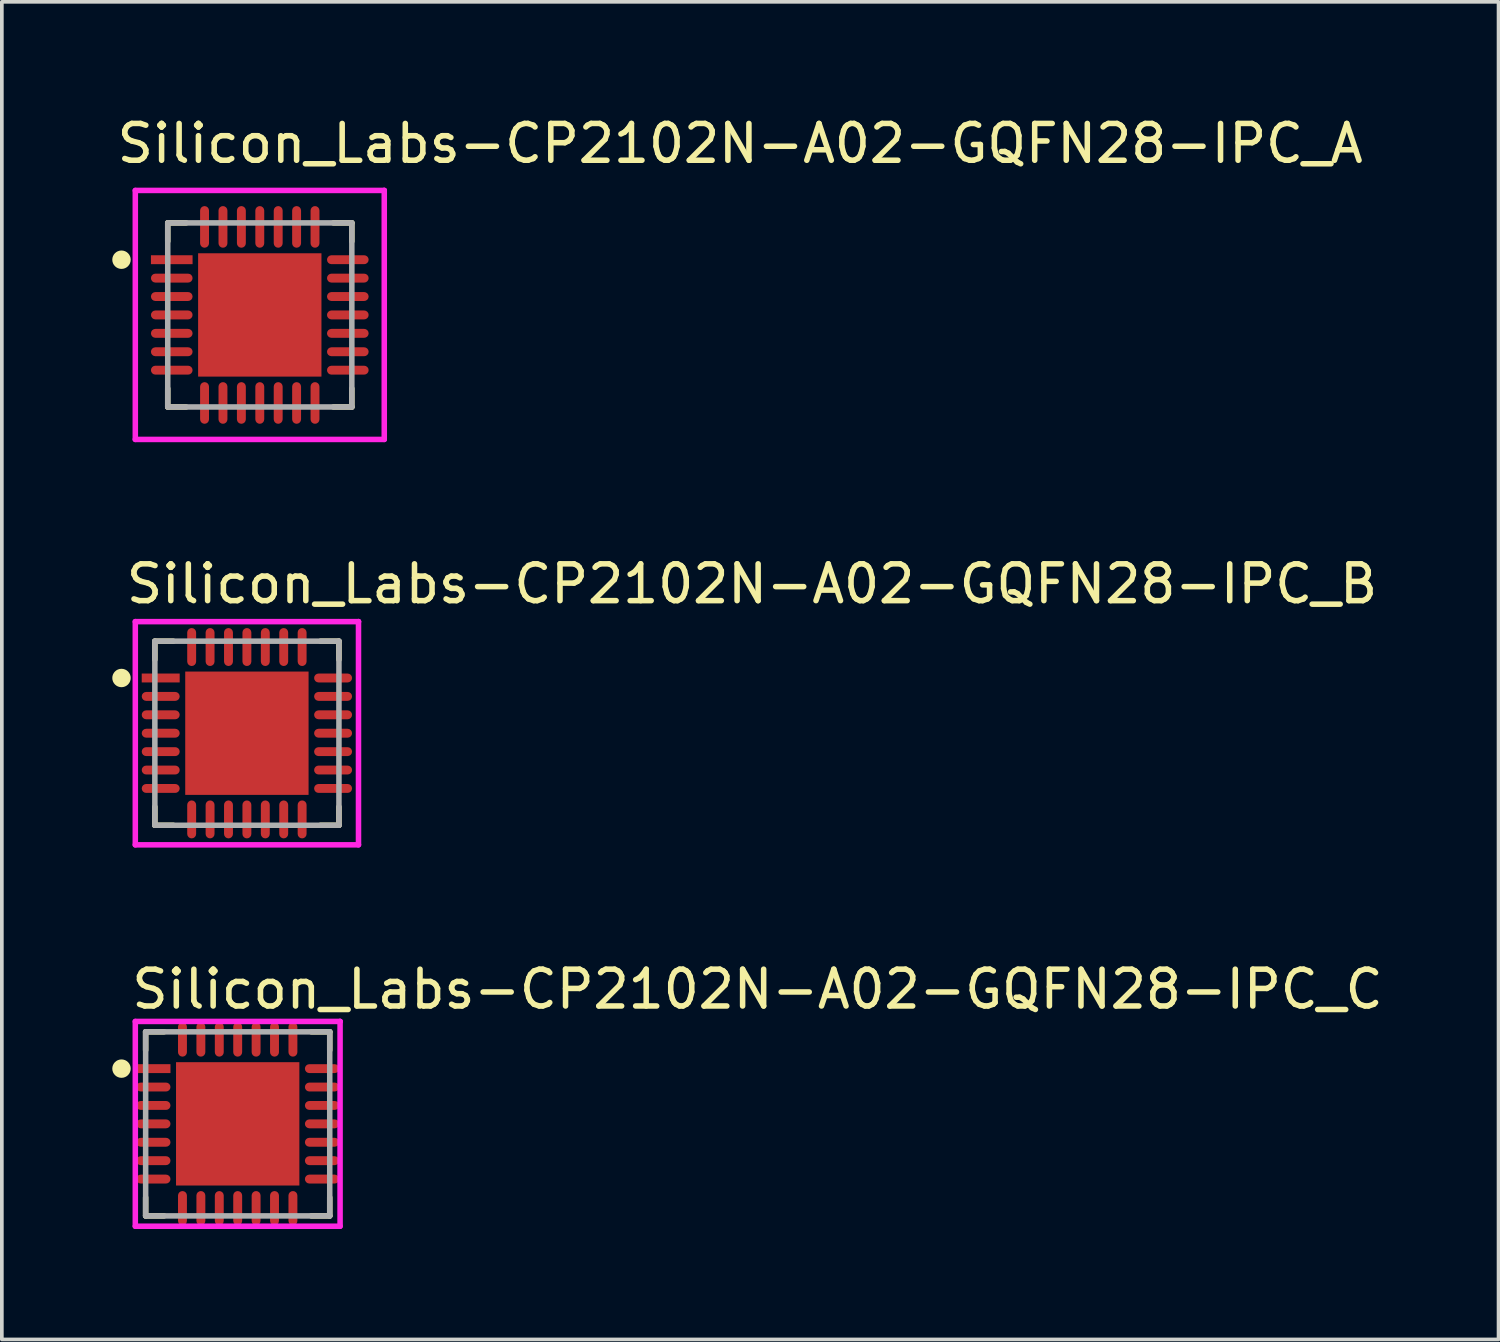
<source format=kicad_pcb>
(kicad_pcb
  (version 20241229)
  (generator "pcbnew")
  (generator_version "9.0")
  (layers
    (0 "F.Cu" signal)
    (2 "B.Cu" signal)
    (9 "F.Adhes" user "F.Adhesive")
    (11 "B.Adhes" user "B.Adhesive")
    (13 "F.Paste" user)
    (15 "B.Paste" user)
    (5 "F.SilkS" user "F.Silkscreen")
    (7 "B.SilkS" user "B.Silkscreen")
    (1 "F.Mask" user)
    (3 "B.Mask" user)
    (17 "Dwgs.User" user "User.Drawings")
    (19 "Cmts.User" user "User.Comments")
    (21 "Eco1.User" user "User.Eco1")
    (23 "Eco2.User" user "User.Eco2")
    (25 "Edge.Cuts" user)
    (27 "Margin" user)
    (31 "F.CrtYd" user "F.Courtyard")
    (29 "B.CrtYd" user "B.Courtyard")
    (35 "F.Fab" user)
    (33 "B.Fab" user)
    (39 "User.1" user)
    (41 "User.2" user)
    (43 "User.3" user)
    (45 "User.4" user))
  (footprint "Silicon_Labs-CP2102N-A02-GQFN28-IPC_A"
    (layer "F.Cu")
    (at 4.006 5.504)
    (property "Reference" "Silicon_Labs-CP2102N-A02-GQFN28-IPC_A" (at -3.956 -4.656 0) (layer "F.SilkS") (effects (font (size 1 1) (thickness 0.15)) (justify left)))
    (attr through_hole)
    (fp_line (start -2.5 -2.5) (end -2.5 -2) (stroke (width 0.15) (type solid)) (layer "F.SilkS"))
    (fp_line (start -2.5 2.5) (end -2.5 2) (stroke (width 0.15) (type solid)) (layer "F.SilkS"))
    (fp_line (start -2 -2.5) (end -2.5 -2.5) (stroke (width 0.15) (type solid)) (layer "F.SilkS"))
    (fp_line (start -2 2.5) (end -2.5 2.5) (stroke (width 0.15) (type solid)) (layer "F.SilkS"))
    (fp_line (start 2 -2.5) (end 2.5 -2.5) (stroke (width 0.15) (type solid)) (layer "F.SilkS"))
    (fp_line (start 2 2.5) (end 2.5 2.5) (stroke (width 0.15) (type solid)) (layer "F.SilkS"))
    (fp_line (start 2.5 -2.5) (end 2.5 -2) (stroke (width 0.15) (type solid)) (layer "F.SilkS"))
    (fp_line (start 2.5 2.5) (end 2.5 2) (stroke (width 0.15) (type solid)) (layer "F.SilkS"))
    (fp_circle (center -3.756 -1.5) (end -3.631 -1.5) (stroke (width 0.25) (type solid)) (fill no) (layer "F.SilkS"))
    (fp_poly (pts (xy -1.059 -1.059) (xy 1.059 -1.059) (xy 1.059 1.059) (xy -1.059 1.059)) (stroke (width 0) (type solid)) (fill yes) (layer "F.Paste"))
    (fp_line (start -3.381 -3.381) (end -3.381 3.381) (stroke (width 0.15) (type solid)) (layer "F.CrtYd"))
    (fp_line (start -3.381 3.381) (end 3.381 3.381) (stroke (width 0.15) (type solid)) (layer "F.CrtYd"))
    (fp_line (start 3.381 -3.381) (end -3.381 -3.381) (stroke (width 0.15) (type solid)) (layer "F.CrtYd"))
    (fp_line (start 3.381 -3.381) (end 3.381 -3.381) (stroke (width 0.15) (type solid)) (layer "F.CrtYd"))
    (fp_line (start 3.381 3.381) (end 3.381 -3.381) (stroke (width 0.15) (type solid)) (layer "F.CrtYd"))
    (fp_line (start -2.5 -2.5) (end 2.5 -2.5) (stroke (width 0.15) (type solid)) (layer "F.Fab"))
    (fp_line (start -2.5 2.5) (end -2.5 -2.5) (stroke (width 0.15) (type solid)) (layer "F.Fab"))
    (fp_line (start 2.5 -2.5) (end 2.5 2.5) (stroke (width 0.15) (type solid)) (layer "F.Fab"))
    (fp_line (start 2.5 2.5) (end -2.5 2.5) (stroke (width 0.15) (type solid)) (layer "F.Fab"))
    (pad "1" smd rect (at -2.391 -1.5) (size 1.131 0.242) (layers "F.Cu" "F.Mask" "F.Paste"))
    (pad "2" smd roundrect (at -2.391 -1) (size 1.131 0.242) (layers "F.Cu" "F.Mask" "F.Paste") (roundrect_rratio 0.5))
    (pad "3" smd roundrect (at -2.391 -0.5) (size 1.131 0.242) (layers "F.Cu" "F.Mask" "F.Paste") (roundrect_rratio 0.5))
    (pad "4" smd roundrect (at -2.391 0) (size 1.131 0.242) (layers "F.Cu" "F.Mask" "F.Paste") (roundrect_rratio 0.5))
    (pad "5" smd roundrect (at -2.391 0.5) (size 1.131 0.242) (layers "F.Cu" "F.Mask" "F.Paste") (roundrect_rratio 0.5))
    (pad "6" smd roundrect (at -2.391 1) (size 1.131 0.242) (layers "F.Cu" "F.Mask" "F.Paste") (roundrect_rratio 0.5))
    (pad "7" smd roundrect (at -2.391 1.5) (size 1.131 0.242) (layers "F.Cu" "F.Mask" "F.Paste") (roundrect_rratio 0.5))
    (pad "8" smd roundrect (at -1.5 2.391) (size 0.242 1.131) (layers "F.Cu" "F.Mask" "F.Paste") (roundrect_rratio 0.5))
    (pad "9" smd roundrect (at -1 2.391) (size 0.242 1.131) (layers "F.Cu" "F.Mask" "F.Paste") (roundrect_rratio 0.5))
    (pad "10" smd roundrect (at -0.5 2.391) (size 0.242 1.131) (layers "F.Cu" "F.Mask" "F.Paste") (roundrect_rratio 0.5))
    (pad "11" smd roundrect (at 0 2.391) (size 0.242 1.131) (layers "F.Cu" "F.Mask" "F.Paste") (roundrect_rratio 0.5))
    (pad "12" smd roundrect (at 0.5 2.391) (size 0.242 1.131) (layers "F.Cu" "F.Mask" "F.Paste") (roundrect_rratio 0.5))
    (pad "13" smd roundrect (at 1 2.391) (size 0.242 1.131) (layers "F.Cu" "F.Mask" "F.Paste") (roundrect_rratio 0.5))
    (pad "14" smd roundrect (at 1.5 2.391) (size 0.242 1.131) (layers "F.Cu" "F.Mask" "F.Paste") (roundrect_rratio 0.5))
    (pad "15" smd roundrect (at 2.391 1.5) (size 1.131 0.242) (layers "F.Cu" "F.Mask" "F.Paste") (roundrect_rratio 0.5))
    (pad "16" smd roundrect (at 2.391 1) (size 1.131 0.242) (layers "F.Cu" "F.Mask" "F.Paste") (roundrect_rratio 0.5))
    (pad "17" smd roundrect (at 2.391 0.5) (size 1.131 0.242) (layers "F.Cu" "F.Mask" "F.Paste") (roundrect_rratio 0.5))
    (pad "18" smd roundrect (at 2.391 0) (size 1.131 0.242) (layers "F.Cu" "F.Mask" "F.Paste") (roundrect_rratio 0.5))
    (pad "19" smd roundrect (at 2.391 -0.5) (size 1.131 0.242) (layers "F.Cu" "F.Mask" "F.Paste") (roundrect_rratio 0.5))
    (pad "20" smd roundrect (at 2.391 -1) (size 1.131 0.242) (layers "F.Cu" "F.Mask" "F.Paste") (roundrect_rratio 0.5))
    (pad "21" smd roundrect (at 2.391 -1.5) (size 1.131 0.242) (layers "F.Cu" "F.Mask" "F.Paste") (roundrect_rratio 0.5))
    (pad "22" smd roundrect (at 1.5 -2.391) (size 0.242 1.131) (layers "F.Cu" "F.Mask" "F.Paste") (roundrect_rratio 0.5))
    (pad "23" smd roundrect (at 1 -2.391) (size 0.242 1.131) (layers "F.Cu" "F.Mask" "F.Paste") (roundrect_rratio 0.5))
    (pad "24" smd roundrect (at 0.5 -2.391) (size 0.242 1.131) (layers "F.Cu" "F.Mask" "F.Paste") (roundrect_rratio 0.5))
    (pad "25" smd roundrect (at 0 -2.391) (size 0.242 1.131) (layers "F.Cu" "F.Mask" "F.Paste") (roundrect_rratio 0.5))
    (pad "26" smd roundrect (at -0.5 -2.391) (size 0.242 1.131) (layers "F.Cu" "F.Mask" "F.Paste") (roundrect_rratio 0.5))
    (pad "27" smd roundrect (at -1 -2.391) (size 0.242 1.131) (layers "F.Cu" "F.Mask" "F.Paste") (roundrect_rratio 0.5))
    (pad "28" smd roundrect (at -1.5 -2.391) (size 0.242 1.131) (layers "F.Cu" "F.Mask" "F.Paste") (roundrect_rratio 0.5))
    (pad "29" smd rect (at 0 0) (size 3.35 3.35) (layers "F.Cu" "F.Mask")))
  (footprint "Silicon_Labs-CP2102N-A02-GQFN28-IPC_C"
    (layer "F.Cu")
    (at 3.406 27.475)
    (property "Reference" "Silicon_Labs-CP2102N-A02-GQFN28-IPC_C" (at -2.956 -3.656 0) (layer "F.SilkS") (effects (font (size 1 1) (thickness 0.15)) (justify left)))
    (attr through_hole)
    (fp_line (start -2.5 -2.5) (end -2.5 -2) (stroke (width 0.15) (type solid)) (layer "F.SilkS"))
    (fp_line (start -2.5 2.5) (end -2.5 2) (stroke (width 0.15) (type solid)) (layer "F.SilkS"))
    (fp_line (start -2 -2.5) (end -2.5 -2.5) (stroke (width 0.15) (type solid)) (layer "F.SilkS"))
    (fp_line (start -2 2.5) (end -2.5 2.5) (stroke (width 0.15) (type solid)) (layer "F.SilkS"))
    (fp_line (start 2 -2.5) (end 2.5 -2.5) (stroke (width 0.15) (type solid)) (layer "F.SilkS"))
    (fp_line (start 2 2.5) (end 2.5 2.5) (stroke (width 0.15) (type solid)) (layer "F.SilkS"))
    (fp_line (start 2.5 -2.5) (end 2.5 -2) (stroke (width 0.15) (type solid)) (layer "F.SilkS"))
    (fp_line (start 2.5 2.5) (end 2.5 2) (stroke (width 0.15) (type solid)) (layer "F.SilkS"))
    (fp_circle (center -3.156 -1.5) (end -3.031 -1.5) (stroke (width 0.25) (type solid)) (fill no) (layer "F.SilkS"))
    (fp_poly (pts (xy -1.059 -1.059) (xy 1.059 -1.059) (xy 1.059 1.059) (xy -1.059 1.059)) (stroke (width 0) (type solid)) (fill yes) (layer "F.Paste"))
    (fp_line (start -2.781 -2.781) (end -2.781 2.781) (stroke (width 0.15) (type solid)) (layer "F.CrtYd"))
    (fp_line (start -2.781 2.781) (end 2.781 2.781) (stroke (width 0.15) (type solid)) (layer "F.CrtYd"))
    (fp_line (start 2.781 -2.781) (end -2.781 -2.781) (stroke (width 0.15) (type solid)) (layer "F.CrtYd"))
    (fp_line (start 2.781 -2.781) (end 2.781 -2.781) (stroke (width 0.15) (type solid)) (layer "F.CrtYd"))
    (fp_line (start 2.781 2.781) (end 2.781 -2.781) (stroke (width 0.15) (type solid)) (layer "F.CrtYd"))
    (fp_line (start -2.5 -2.5) (end 2.5 -2.5) (stroke (width 0.15) (type solid)) (layer "F.Fab"))
    (fp_line (start -2.5 2.5) (end -2.5 -2.5) (stroke (width 0.15) (type solid)) (layer "F.Fab"))
    (fp_line (start 2.5 -2.5) (end 2.5 2.5) (stroke (width 0.15) (type solid)) (layer "F.Fab"))
    (fp_line (start 2.5 2.5) (end -2.5 2.5) (stroke (width 0.15) (type solid)) (layer "F.Fab"))
    (pad "1" smd rect (at -2.291 -1.5) (size 0.931 0.242) (layers "F.Cu" "F.Mask" "F.Paste"))
    (pad "2" smd roundrect (at -2.291 -1) (size 0.931 0.242) (layers "F.Cu" "F.Mask" "F.Paste") (roundrect_rratio 0.5))
    (pad "3" smd roundrect (at -2.291 -0.5) (size 0.931 0.242) (layers "F.Cu" "F.Mask" "F.Paste") (roundrect_rratio 0.5))
    (pad "4" smd roundrect (at -2.291 0) (size 0.931 0.242) (layers "F.Cu" "F.Mask" "F.Paste") (roundrect_rratio 0.5))
    (pad "5" smd roundrect (at -2.291 0.5) (size 0.931 0.242) (layers "F.Cu" "F.Mask" "F.Paste") (roundrect_rratio 0.5))
    (pad "6" smd roundrect (at -2.291 1) (size 0.931 0.242) (layers "F.Cu" "F.Mask" "F.Paste") (roundrect_rratio 0.5))
    (pad "7" smd roundrect (at -2.291 1.5) (size 0.931 0.242) (layers "F.Cu" "F.Mask" "F.Paste") (roundrect_rratio 0.5))
    (pad "8" smd roundrect (at -1.5 2.291) (size 0.242 0.931) (layers "F.Cu" "F.Mask" "F.Paste") (roundrect_rratio 0.5))
    (pad "9" smd roundrect (at -1 2.291) (size 0.242 0.931) (layers "F.Cu" "F.Mask" "F.Paste") (roundrect_rratio 0.5))
    (pad "10" smd roundrect (at -0.5 2.291) (size 0.242 0.931) (layers "F.Cu" "F.Mask" "F.Paste") (roundrect_rratio 0.5))
    (pad "11" smd roundrect (at 0 2.291) (size 0.242 0.931) (layers "F.Cu" "F.Mask" "F.Paste") (roundrect_rratio 0.5))
    (pad "12" smd roundrect (at 0.5 2.291) (size 0.242 0.931) (layers "F.Cu" "F.Mask" "F.Paste") (roundrect_rratio 0.5))
    (pad "13" smd roundrect (at 1 2.291) (size 0.242 0.931) (layers "F.Cu" "F.Mask" "F.Paste") (roundrect_rratio 0.5))
    (pad "14" smd roundrect (at 1.5 2.291) (size 0.242 0.931) (layers "F.Cu" "F.Mask" "F.Paste") (roundrect_rratio 0.5))
    (pad "15" smd roundrect (at 2.291 1.5) (size 0.931 0.242) (layers "F.Cu" "F.Mask" "F.Paste") (roundrect_rratio 0.5))
    (pad "16" smd roundrect (at 2.291 1) (size 0.931 0.242) (layers "F.Cu" "F.Mask" "F.Paste") (roundrect_rratio 0.5))
    (pad "17" smd roundrect (at 2.291 0.5) (size 0.931 0.242) (layers "F.Cu" "F.Mask" "F.Paste") (roundrect_rratio 0.5))
    (pad "18" smd roundrect (at 2.291 0) (size 0.931 0.242) (layers "F.Cu" "F.Mask" "F.Paste") (roundrect_rratio 0.5))
    (pad "19" smd roundrect (at 2.291 -0.5) (size 0.931 0.242) (layers "F.Cu" "F.Mask" "F.Paste") (roundrect_rratio 0.5))
    (pad "20" smd roundrect (at 2.291 -1) (size 0.931 0.242) (layers "F.Cu" "F.Mask" "F.Paste") (roundrect_rratio 0.5))
    (pad "21" smd roundrect (at 2.291 -1.5) (size 0.931 0.242) (layers "F.Cu" "F.Mask" "F.Paste") (roundrect_rratio 0.5))
    (pad "22" smd roundrect (at 1.5 -2.291) (size 0.242 0.931) (layers "F.Cu" "F.Mask" "F.Paste") (roundrect_rratio 0.5))
    (pad "23" smd roundrect (at 1 -2.291) (size 0.242 0.931) (layers "F.Cu" "F.Mask" "F.Paste") (roundrect_rratio 0.5))
    (pad "24" smd roundrect (at 0.5 -2.291) (size 0.242 0.931) (layers "F.Cu" "F.Mask" "F.Paste") (roundrect_rratio 0.5))
    (pad "25" smd roundrect (at 0 -2.291) (size 0.242 0.931) (layers "F.Cu" "F.Mask" "F.Paste") (roundrect_rratio 0.5))
    (pad "26" smd roundrect (at -0.5 -2.291) (size 0.242 0.931) (layers "F.Cu" "F.Mask" "F.Paste") (roundrect_rratio 0.5))
    (pad "27" smd roundrect (at -1 -2.291) (size 0.242 0.931) (layers "F.Cu" "F.Mask" "F.Paste") (roundrect_rratio 0.5))
    (pad "28" smd roundrect (at -1.5 -2.291) (size 0.242 0.931) (layers "F.Cu" "F.Mask" "F.Paste") (roundrect_rratio 0.5))
    (pad "29" smd rect (at 0 0) (size 3.35 3.35) (layers "F.Cu" "F.Mask")))
  (footprint "Silicon_Labs-CP2102N-A02-GQFN28-IPC_B"
    (layer "F.Cu")
    (at 3.656 16.865)
    (property "Reference" "Silicon_Labs-CP2102N-A02-GQFN28-IPC_B" (at -3.356 -4.056 0) (layer "F.SilkS") (effects (font (size 1 1) (thickness 0.15)) (justify left)))
    (attr through_hole)
    (fp_line (start -2.5 -2.5) (end -2.5 -2) (stroke (width 0.15) (type solid)) (layer "F.SilkS"))
    (fp_line (start -2.5 2.5) (end -2.5 2) (stroke (width 0.15) (type solid)) (layer "F.SilkS"))
    (fp_line (start -2 -2.5) (end -2.5 -2.5) (stroke (width 0.15) (type solid)) (layer "F.SilkS"))
    (fp_line (start -2 2.5) (end -2.5 2.5) (stroke (width 0.15) (type solid)) (layer "F.SilkS"))
    (fp_line (start 2 -2.5) (end 2.5 -2.5) (stroke (width 0.15) (type solid)) (layer "F.SilkS"))
    (fp_line (start 2 2.5) (end 2.5 2.5) (stroke (width 0.15) (type solid)) (layer "F.SilkS"))
    (fp_line (start 2.5 -2.5) (end 2.5 -2) (stroke (width 0.15) (type solid)) (layer "F.SilkS"))
    (fp_line (start 2.5 2.5) (end 2.5 2) (stroke (width 0.15) (type solid)) (layer "F.SilkS"))
    (fp_circle (center -3.406 -1.5) (end -3.281 -1.5) (stroke (width 0.25) (type solid)) (fill no) (layer "F.SilkS"))
    (fp_poly (pts (xy -1.059 -1.059) (xy 1.059 -1.059) (xy 1.059 1.059) (xy -1.059 1.059)) (stroke (width 0) (type solid)) (fill yes) (layer "F.Paste"))
    (fp_line (start -3.031 -3.031) (end -3.031 3.031) (stroke (width 0.15) (type solid)) (layer "F.CrtYd"))
    (fp_line (start -3.031 3.031) (end 3.031 3.031) (stroke (width 0.15) (type solid)) (layer "F.CrtYd"))
    (fp_line (start 3.031 -3.031) (end -3.031 -3.031) (stroke (width 0.15) (type solid)) (layer "F.CrtYd"))
    (fp_line (start 3.031 -3.031) (end 3.031 -3.031) (stroke (width 0.15) (type solid)) (layer "F.CrtYd"))
    (fp_line (start 3.031 3.031) (end 3.031 -3.031) (stroke (width 0.15) (type solid)) (layer "F.CrtYd"))
    (fp_line (start -2.5 -2.5) (end 2.5 -2.5) (stroke (width 0.15) (type solid)) (layer "F.Fab"))
    (fp_line (start -2.5 2.5) (end -2.5 -2.5) (stroke (width 0.15) (type solid)) (layer "F.Fab"))
    (fp_line (start 2.5 -2.5) (end 2.5 2.5) (stroke (width 0.15) (type solid)) (layer "F.Fab"))
    (fp_line (start 2.5 2.5) (end -2.5 2.5) (stroke (width 0.15) (type solid)) (layer "F.Fab"))
    (pad "1" smd rect (at -2.341 -1.5) (size 1.031 0.242) (layers "F.Cu" "F.Mask" "F.Paste"))
    (pad "2" smd roundrect (at -2.341 -1) (size 1.031 0.242) (layers "F.Cu" "F.Mask" "F.Paste") (roundrect_rratio 0.5))
    (pad "3" smd roundrect (at -2.341 -0.5) (size 1.031 0.242) (layers "F.Cu" "F.Mask" "F.Paste") (roundrect_rratio 0.5))
    (pad "4" smd roundrect (at -2.341 0) (size 1.031 0.242) (layers "F.Cu" "F.Mask" "F.Paste") (roundrect_rratio 0.5))
    (pad "5" smd roundrect (at -2.341 0.5) (size 1.031 0.242) (layers "F.Cu" "F.Mask" "F.Paste") (roundrect_rratio 0.5))
    (pad "6" smd roundrect (at -2.341 1) (size 1.031 0.242) (layers "F.Cu" "F.Mask" "F.Paste") (roundrect_rratio 0.5))
    (pad "7" smd roundrect (at -2.341 1.5) (size 1.031 0.242) (layers "F.Cu" "F.Mask" "F.Paste") (roundrect_rratio 0.5))
    (pad "8" smd roundrect (at -1.5 2.341) (size 0.242 1.031) (layers "F.Cu" "F.Mask" "F.Paste") (roundrect_rratio 0.5))
    (pad "9" smd roundrect (at -1 2.341) (size 0.242 1.031) (layers "F.Cu" "F.Mask" "F.Paste") (roundrect_rratio 0.5))
    (pad "10" smd roundrect (at -0.5 2.341) (size 0.242 1.031) (layers "F.Cu" "F.Mask" "F.Paste") (roundrect_rratio 0.5))
    (pad "11" smd roundrect (at 0 2.341) (size 0.242 1.031) (layers "F.Cu" "F.Mask" "F.Paste") (roundrect_rratio 0.5))
    (pad "12" smd roundrect (at 0.5 2.341) (size 0.242 1.031) (layers "F.Cu" "F.Mask" "F.Paste") (roundrect_rratio 0.5))
    (pad "13" smd roundrect (at 1 2.341) (size 0.242 1.031) (layers "F.Cu" "F.Mask" "F.Paste") (roundrect_rratio 0.5))
    (pad "14" smd roundrect (at 1.5 2.341) (size 0.242 1.031) (layers "F.Cu" "F.Mask" "F.Paste") (roundrect_rratio 0.5))
    (pad "15" smd roundrect (at 2.341 1.5) (size 1.031 0.242) (layers "F.Cu" "F.Mask" "F.Paste") (roundrect_rratio 0.5))
    (pad "16" smd roundrect (at 2.341 1) (size 1.031 0.242) (layers "F.Cu" "F.Mask" "F.Paste") (roundrect_rratio 0.5))
    (pad "17" smd roundrect (at 2.341 0.5) (size 1.031 0.242) (layers "F.Cu" "F.Mask" "F.Paste") (roundrect_rratio 0.5))
    (pad "18" smd roundrect (at 2.341 0) (size 1.031 0.242) (layers "F.Cu" "F.Mask" "F.Paste") (roundrect_rratio 0.5))
    (pad "19" smd roundrect (at 2.341 -0.5) (size 1.031 0.242) (layers "F.Cu" "F.Mask" "F.Paste") (roundrect_rratio 0.5))
    (pad "20" smd roundrect (at 2.341 -1) (size 1.031 0.242) (layers "F.Cu" "F.Mask" "F.Paste") (roundrect_rratio 0.5))
    (pad "21" smd roundrect (at 2.341 -1.5) (size 1.031 0.242) (layers "F.Cu" "F.Mask" "F.Paste") (roundrect_rratio 0.5))
    (pad "22" smd roundrect (at 1.5 -2.341) (size 0.242 1.031) (layers "F.Cu" "F.Mask" "F.Paste") (roundrect_rratio 0.5))
    (pad "23" smd roundrect (at 1 -2.341) (size 0.242 1.031) (layers "F.Cu" "F.Mask" "F.Paste") (roundrect_rratio 0.5))
    (pad "24" smd roundrect (at 0.5 -2.341) (size 0.242 1.031) (layers "F.Cu" "F.Mask" "F.Paste") (roundrect_rratio 0.5))
    (pad "25" smd roundrect (at 0 -2.341) (size 0.242 1.031) (layers "F.Cu" "F.Mask" "F.Paste") (roundrect_rratio 0.5))
    (pad "26" smd roundrect (at -0.5 -2.341) (size 0.242 1.031) (layers "F.Cu" "F.Mask" "F.Paste") (roundrect_rratio 0.5))
    (pad "27" smd roundrect (at -1 -2.341) (size 0.242 1.031) (layers "F.Cu" "F.Mask" "F.Paste") (roundrect_rratio 0.5))
    (pad "28" smd roundrect (at -1.5 -2.341) (size 0.242 1.031) (layers "F.Cu" "F.Mask" "F.Paste") (roundrect_rratio 0.5))
    (pad "29" smd rect (at 0 0) (size 3.35 3.35) (layers "F.Cu" "F.Mask")))
  (gr_rect
    (start -3 -3)
    (end 37.652 33.331)
    (stroke (width 0.1) (type default))
    (fill no)
    (layer "Edge.Cuts")))
</source>
